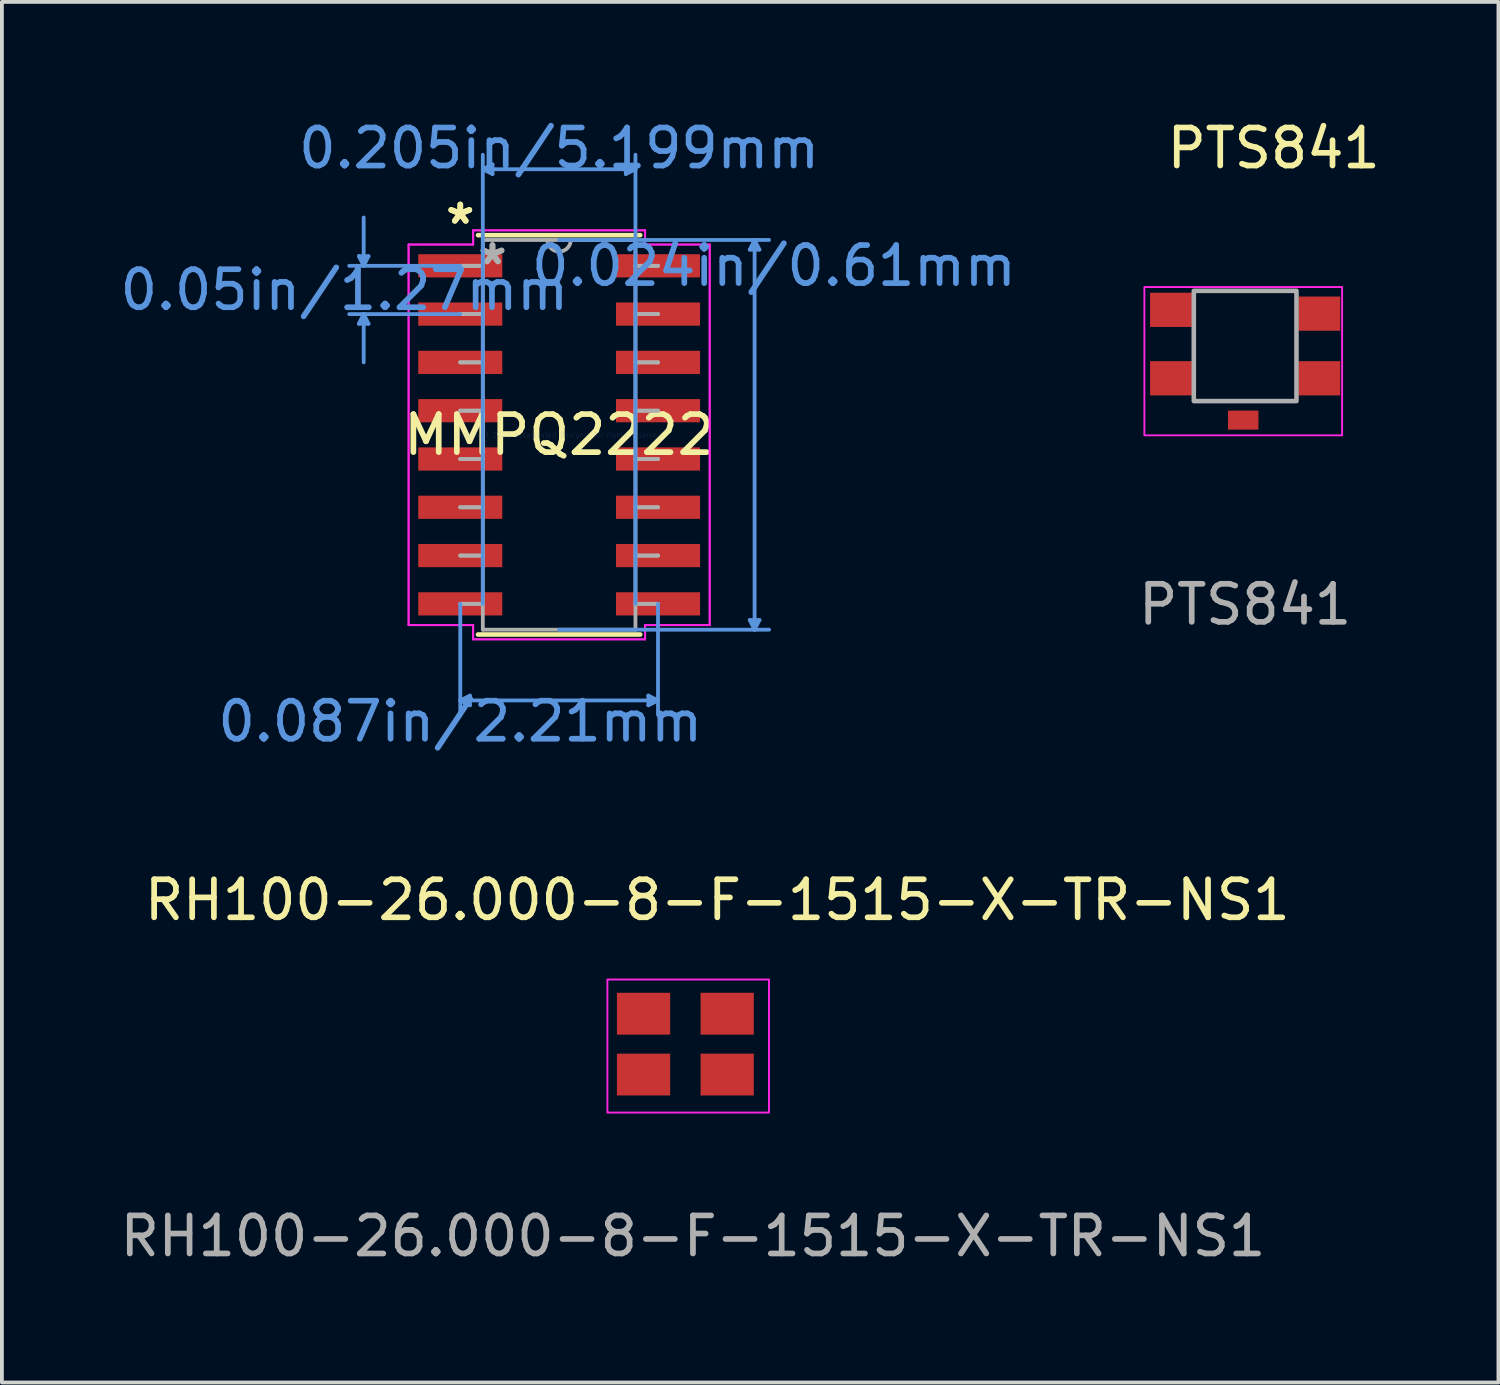
<source format=kicad_pcb>
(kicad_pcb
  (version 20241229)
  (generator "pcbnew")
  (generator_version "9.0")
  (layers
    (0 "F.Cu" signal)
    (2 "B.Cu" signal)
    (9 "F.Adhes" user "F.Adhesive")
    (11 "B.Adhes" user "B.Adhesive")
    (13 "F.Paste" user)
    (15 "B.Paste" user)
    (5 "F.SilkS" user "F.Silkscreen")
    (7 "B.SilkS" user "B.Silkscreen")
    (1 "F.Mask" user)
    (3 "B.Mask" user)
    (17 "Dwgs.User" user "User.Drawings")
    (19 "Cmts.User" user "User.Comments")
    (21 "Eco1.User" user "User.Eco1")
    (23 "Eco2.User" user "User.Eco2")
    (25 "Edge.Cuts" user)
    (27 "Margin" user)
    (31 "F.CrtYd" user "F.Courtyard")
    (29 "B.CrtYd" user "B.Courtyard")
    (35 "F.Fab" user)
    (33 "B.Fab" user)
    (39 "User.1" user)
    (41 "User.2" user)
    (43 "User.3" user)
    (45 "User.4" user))
  (footprint "PTS841"
    (layer "F.Cu")
    (at 27.944 4.598)
    (property "Reference" "PTS841" (at 2.5 -3.75 0) (unlocked yes) (layer "F.SilkS") (effects (font (size 1 1) (thickness 0.15))))
    (attr smd)
    (fp_rect (start -0.9 -0.1) (end 4.3 3.8) (stroke (width 0.05) (type solid)) (fill no) (layer "F.CrtYd"))
    (fp_rect (start 0.4 0) (end 3.1 2.9) (stroke (width 0.12) (type solid)) (fill no) (layer "F.Fab"))
    (fp_text user "${REFERENCE}" (at 1.75 8.25 0) (unlocked yes) (layer "F.Fab") (effects (font (size 1 1) (thickness 0.15))))
    (pad "1" smd rect (at -0.2 0.5) (size 1.1 0.9) (layers "F.Cu" "F.Mask" "F.Paste"))
    (pad "2" smd rect (at 3.7 0.6) (size 1.1 0.9) (layers "F.Cu" "F.Mask" "F.Paste"))
    (pad "3" smd rect (at -0.2 2.3) (size 1.1 0.9) (layers "F.Cu" "F.Mask" "F.Paste"))
    (pad "4" smd rect (at 3.7 2.3) (size 1.1 0.9) (layers "F.Cu" "F.Mask" "F.Paste"))
    (pad "5" smd rect (at 1.7 3.4) (size 0.8 0.5) (layers "F.Cu" "F.Mask" "F.Paste")))
  (footprint "RH100-26.000-8-F-1515-X-TR-NS1"
    (layer "F.Cu")
    (at 15.673 24.958)
    (property "Reference" "RH100-26.000-8-F-1515-X-TR-NS1" (at 0.14 -4.34 0) (unlocked yes) (layer "F.SilkS") (effects (font (size 1 1) (thickness 0.15))))
    (attr smd)
    (fp_rect (start -2.75 -2.25) (end 1.5 1.25) (stroke (width 0.05) (type solid)) (fill no) (layer "F.CrtYd"))
    (fp_text user "${REFERENCE}" (at -0.5 4.5 0) (unlocked yes) (layer "F.Fab") (effects (font (size 1 1) (thickness 0.15))))
    (pad "1" smd rect (at -1.8 -1.35 180) (size 1.4 1.1) (layers "F.Cu" "F.Mask" "F.Paste"))
    (pad "2" smd rect (at 0.4 -1.35 180) (size 1.4 1.1) (layers "F.Cu" "F.Mask" "F.Paste"))
    (pad "3" smd rect (at -1.8 0.25 180) (size 1.4 1.1) (layers "F.Cu" "F.Mask" "F.Paste"))
    (pad "4" smd rect (at 0.4 0.25 180) (size 1.4 1.1) (layers "F.Cu" "F.Mask" "F.Paste")))
  (footprint "MMPQ2222"
    (layer "F.Cu")
    (at 11.654 8.385)
    (property "Reference" "MMPQ2222" (at 0 -0.000001 0) (layer "F.SilkS") (effects (font (size 1 1) (thickness 0.15))))
    (attr through_hole)
    (fp_line (start -2.134 5.251) (end 2.134 5.251) (stroke (width 0.12) (type solid)) (layer "F.SilkS"))
    (fp_line (start 2.134 -5.251) (end -2.134 -5.251) (stroke (width 0.12) (type solid)) (layer "F.SilkS"))
    (fp_line (start -5.267 -4.699) (end -5.013 -4.699) (stroke (width 0.1) (type solid)) (layer "Cmts.User"))
    (fp_line (start -5.267 -2.921) (end -5.013 -2.921) (stroke (width 0.1) (type solid)) (layer "Cmts.User"))
    (fp_line (start -5.14 -4.445) (end -5.267 -4.699) (stroke (width 0.1) (type solid)) (layer "Cmts.User"))
    (fp_line (start -5.14 -4.445) (end -5.14 -5.715) (stroke (width 0.1) (type solid)) (layer "Cmts.User"))
    (fp_line (start -5.14 -4.445) (end -5.013 -4.699) (stroke (width 0.1) (type solid)) (layer "Cmts.User"))
    (fp_line (start -5.14 -3.175) (end -5.267 -2.921) (stroke (width 0.1) (type solid)) (layer "Cmts.User"))
    (fp_line (start -5.14 -3.175) (end -5.14 -1.905) (stroke (width 0.1) (type solid)) (layer "Cmts.User"))
    (fp_line (start -5.14 -3.175) (end -5.013 -2.921) (stroke (width 0.1) (type solid)) (layer "Cmts.User"))
    (fp_line (start -2.6 -4.445) (end -5.521 -4.445) (stroke (width 0.1) (type solid)) (layer "Cmts.User"))
    (fp_line (start -2.6 -3.175) (end -5.521 -3.175) (stroke (width 0.1) (type solid)) (layer "Cmts.User"))
    (fp_line (start -2.6 4.445) (end -2.6 7.366) (stroke (width 0.1) (type solid)) (layer "Cmts.User"))
    (fp_line (start -2.6 6.985) (end -2.346 6.858) (stroke (width 0.1) (type solid)) (layer "Cmts.User"))
    (fp_line (start -2.6 6.985) (end -2.346 7.112) (stroke (width 0.1) (type solid)) (layer "Cmts.User"))
    (fp_line (start -2.6 6.985) (end 2.6 6.985) (stroke (width 0.1) (type solid)) (layer "Cmts.User"))
    (fp_line (start -2.346 6.858) (end -2.346 7.112) (stroke (width 0.1) (type solid)) (layer "Cmts.User"))
    (fp_line (start -2.007 -6.985) (end -1.753 -7.112) (stroke (width 0.1) (type solid)) (layer "Cmts.User"))
    (fp_line (start -2.007 -6.985) (end -1.753 -6.858) (stroke (width 0.1) (type solid)) (layer "Cmts.User"))
    (fp_line (start -2.007 -6.985) (end 2.007 -6.985) (stroke (width 0.1) (type solid)) (layer "Cmts.User"))
    (fp_line (start -2.007 4.445) (end -2.007 -7.366) (stroke (width 0.1) (type solid)) (layer "Cmts.User"))
    (fp_line (start -1.753 -7.112) (end -1.753 -6.858) (stroke (width 0.1) (type solid)) (layer "Cmts.User"))
    (fp_line (start 0 -5.124) (end 5.521 -5.124) (stroke (width 0.1) (type solid)) (layer "Cmts.User"))
    (fp_line (start 0 5.124) (end 5.521 5.124) (stroke (width 0.1) (type solid)) (layer "Cmts.User"))
    (fp_line (start 1.753 -7.112) (end 1.753 -6.858) (stroke (width 0.1) (type solid)) (layer "Cmts.User"))
    (fp_line (start 2.007 -6.985) (end 1.753 -7.112) (stroke (width 0.1) (type solid)) (layer "Cmts.User"))
    (fp_line (start 2.007 -6.985) (end 1.753 -6.858) (stroke (width 0.1) (type solid)) (layer "Cmts.User"))
    (fp_line (start 2.007 4.445) (end 2.007 -7.366) (stroke (width 0.1) (type solid)) (layer "Cmts.User"))
    (fp_line (start 2.346 6.858) (end 2.346 7.112) (stroke (width 0.1) (type solid)) (layer "Cmts.User"))
    (fp_line (start 2.6 4.445) (end 2.6 7.366) (stroke (width 0.1) (type solid)) (layer "Cmts.User"))
    (fp_line (start 2.6 6.985) (end 2.346 6.858) (stroke (width 0.1) (type solid)) (layer "Cmts.User"))
    (fp_line (start 2.6 6.985) (end 2.346 7.112) (stroke (width 0.1) (type solid)) (layer "Cmts.User"))
    (fp_line (start 5.013 -4.87) (end 5.267 -4.87) (stroke (width 0.1) (type solid)) (layer "Cmts.User"))
    (fp_line (start 5.013 4.87) (end 5.267 4.87) (stroke (width 0.1) (type solid)) (layer "Cmts.User"))
    (fp_line (start 5.14 -5.124) (end 5.013 -4.87) (stroke (width 0.1) (type solid)) (layer "Cmts.User"))
    (fp_line (start 5.14 -5.124) (end 5.14 5.124) (stroke (width 0.1) (type solid)) (layer "Cmts.User"))
    (fp_line (start 5.14 -5.124) (end 5.267 -4.87) (stroke (width 0.1) (type solid)) (layer "Cmts.User"))
    (fp_line (start 5.14 5.124) (end 5.013 4.87) (stroke (width 0.1) (type solid)) (layer "Cmts.User"))
    (fp_line (start 5.14 5.124) (end 5.267 4.87) (stroke (width 0.1) (type solid)) (layer "Cmts.User"))
    (fp_line (start -3.959 -5.004) (end -3.959 5.004) (stroke (width 0.05) (type solid)) (layer "F.CrtYd"))
    (fp_line (start -3.959 -5.004) (end -2.261 -5.004) (stroke (width 0.05) (type solid)) (layer "F.CrtYd"))
    (fp_line (start -3.959 5.004) (end -3.959 -5.004) (stroke (width 0.05) (type solid)) (layer "F.CrtYd"))
    (fp_line (start -3.959 5.004) (end -2.261 5.004) (stroke (width 0.05) (type solid)) (layer "F.CrtYd"))
    (fp_line (start -2.261 -5.378) (end -2.261 -5.004) (stroke (width 0.05) (type solid)) (layer "F.CrtYd"))
    (fp_line (start -2.261 -5.378) (end 2.261 -5.378) (stroke (width 0.05) (type solid)) (layer "F.CrtYd"))
    (fp_line (start -2.261 -5.004) (end -3.959 -5.004) (stroke (width 0.05) (type solid)) (layer "F.CrtYd"))
    (fp_line (start -2.261 -5.004) (end -2.261 -5.378) (stroke (width 0.05) (type solid)) (layer "F.CrtYd"))
    (fp_line (start -2.261 5.004) (end -3.959 5.004) (stroke (width 0.05) (type solid)) (layer "F.CrtYd"))
    (fp_line (start -2.261 5.004) (end -2.261 5.378) (stroke (width 0.05) (type solid)) (layer "F.CrtYd"))
    (fp_line (start -2.261 5.378) (end -2.261 5.004) (stroke (width 0.05) (type solid)) (layer "F.CrtYd"))
    (fp_line (start -2.261 5.378) (end 2.261 5.378) (stroke (width 0.05) (type solid)) (layer "F.CrtYd"))
    (fp_line (start 2.261 -5.378) (end -2.261 -5.378) (stroke (width 0.05) (type solid)) (layer "F.CrtYd"))
    (fp_line (start 2.261 -5.378) (end 2.261 -5.004) (stroke (width 0.05) (type solid)) (layer "F.CrtYd"))
    (fp_line (start 2.261 -5.004) (end 2.261 -5.378) (stroke (width 0.05) (type solid)) (layer "F.CrtYd"))
    (fp_line (start 2.261 5.004) (end 2.261 5.378) (stroke (width 0.05) (type solid)) (layer "F.CrtYd"))
    (fp_line (start 2.261 5.004) (end 3.959 5.004) (stroke (width 0.05) (type solid)) (layer "F.CrtYd"))
    (fp_line (start 2.261 5.378) (end -2.261 5.378) (stroke (width 0.05) (type solid)) (layer "F.CrtYd"))
    (fp_line (start 2.261 5.378) (end 2.261 5.004) (stroke (width 0.05) (type solid)) (layer "F.CrtYd"))
    (fp_line (start 3.959 -5.004) (end 2.261 -5.004) (stroke (width 0.05) (type solid)) (layer "F.CrtYd"))
    (fp_line (start 3.959 -5.004) (end 2.261 -5.004) (stroke (width 0.05) (type solid)) (layer "F.CrtYd"))
    (fp_line (start 3.959 -5.004) (end 3.959 5.004) (stroke (width 0.05) (type solid)) (layer "F.CrtYd"))
    (fp_line (start 3.959 5.004) (end 2.261 5.004) (stroke (width 0.05) (type solid)) (layer "F.CrtYd"))
    (fp_line (start 3.959 5.004) (end 3.959 -5.004) (stroke (width 0.05) (type solid)) (layer "F.CrtYd"))
    (fp_line (start -2.6 -4.445) (end -2.6 -4.445) (stroke (width 0.1) (type solid)) (layer "F.Fab"))
    (fp_line (start -2.6 -4.445) (end -2.007 -4.445) (stroke (width 0.1) (type solid)) (layer "F.Fab"))
    (fp_line (start -2.6 -3.175) (end -2.6 -3.175) (stroke (width 0.1) (type solid)) (layer "F.Fab"))
    (fp_line (start -2.6 -3.175) (end -2.007 -3.175) (stroke (width 0.1) (type solid)) (layer "F.Fab"))
    (fp_line (start -2.6 -1.905) (end -2.6 -1.905) (stroke (width 0.1) (type solid)) (layer "F.Fab"))
    (fp_line (start -2.6 -1.905) (end -2.007 -1.905) (stroke (width 0.1) (type solid)) (layer "F.Fab"))
    (fp_line (start -2.6 -0.635) (end -2.6 -0.635) (stroke (width 0.1) (type solid)) (layer "F.Fab"))
    (fp_line (start -2.6 -0.635) (end -2.007 -0.635) (stroke (width 0.1) (type solid)) (layer "F.Fab"))
    (fp_line (start -2.6 0.635) (end -2.6 0.635) (stroke (width 0.1) (type solid)) (layer "F.Fab"))
    (fp_line (start -2.6 0.635) (end -2.007 0.635) (stroke (width 0.1) (type solid)) (layer "F.Fab"))
    (fp_line (start -2.6 1.905) (end -2.6 1.905) (stroke (width 0.1) (type solid)) (layer "F.Fab"))
    (fp_line (start -2.6 1.905) (end -2.007 1.905) (stroke (width 0.1) (type solid)) (layer "F.Fab"))
    (fp_line (start -2.6 3.175) (end -2.6 3.175) (stroke (width 0.1) (type solid)) (layer "F.Fab"))
    (fp_line (start -2.6 3.175) (end -2.007 3.175) (stroke (width 0.1) (type solid)) (layer "F.Fab"))
    (fp_line (start -2.6 4.445) (end -2.6 4.445) (stroke (width 0.1) (type solid)) (layer "F.Fab"))
    (fp_line (start -2.6 4.445) (end -2.007 4.445) (stroke (width 0.1) (type solid)) (layer "F.Fab"))
    (fp_line (start -2.007 -5.124) (end -2.007 5.124) (stroke (width 0.1) (type solid)) (layer "F.Fab"))
    (fp_line (start -2.007 -4.445) (end -2.6 -4.445) (stroke (width 0.1) (type solid)) (layer "F.Fab"))
    (fp_line (start -2.007 -4.445) (end -2.007 -4.445) (stroke (width 0.1) (type solid)) (layer "F.Fab"))
    (fp_line (start -2.007 -3.175) (end -2.6 -3.175) (stroke (width 0.1) (type solid)) (layer "F.Fab"))
    (fp_line (start -2.007 -3.175) (end -2.007 -3.175) (stroke (width 0.1) (type solid)) (layer "F.Fab"))
    (fp_line (start -2.007 -1.905) (end -2.6 -1.905) (stroke (width 0.1) (type solid)) (layer "F.Fab"))
    (fp_line (start -2.007 -1.905) (end -2.007 -1.905) (stroke (width 0.1) (type solid)) (layer "F.Fab"))
    (fp_line (start -2.007 -0.635) (end -2.6 -0.635) (stroke (width 0.1) (type solid)) (layer "F.Fab"))
    (fp_line (start -2.007 -0.635) (end -2.007 -0.635) (stroke (width 0.1) (type solid)) (layer "F.Fab"))
    (fp_line (start -2.007 0.635) (end -2.6 0.635) (stroke (width 0.1) (type solid)) (layer "F.Fab"))
    (fp_line (start -2.007 0.635) (end -2.007 0.635) (stroke (width 0.1) (type solid)) (layer "F.Fab"))
    (fp_line (start -2.007 1.905) (end -2.6 1.905) (stroke (width 0.1) (type solid)) (layer "F.Fab"))
    (fp_line (start -2.007 1.905) (end -2.007 1.905) (stroke (width 0.1) (type solid)) (layer "F.Fab"))
    (fp_line (start -2.007 3.175) (end -2.6 3.175) (stroke (width 0.1) (type solid)) (layer "F.Fab"))
    (fp_line (start -2.007 3.175) (end -2.007 3.175) (stroke (width 0.1) (type solid)) (layer "F.Fab"))
    (fp_line (start -2.007 4.445) (end -2.6 4.445) (stroke (width 0.1) (type solid)) (layer "F.Fab"))
    (fp_line (start -2.007 4.445) (end -2.007 4.445) (stroke (width 0.1) (type solid)) (layer "F.Fab"))
    (fp_line (start -2.007 5.124) (end 2.007 5.124) (stroke (width 0.1) (type solid)) (layer "F.Fab"))
    (fp_line (start 2.007 -5.124) (end -2.007 -5.124) (stroke (width 0.1) (type solid)) (layer "F.Fab"))
    (fp_line (start 2.007 -4.445) (end 2.007 -4.445) (stroke (width 0.1) (type solid)) (layer "F.Fab"))
    (fp_line (start 2.007 -4.445) (end 2.6 -4.445) (stroke (width 0.1) (type solid)) (layer "F.Fab"))
    (fp_line (start 2.007 -3.175) (end 2.007 -3.175) (stroke (width 0.1) (type solid)) (layer "F.Fab"))
    (fp_line (start 2.007 -3.175) (end 2.6 -3.175) (stroke (width 0.1) (type solid)) (layer "F.Fab"))
    (fp_line (start 2.007 -1.905) (end 2.007 -1.905) (stroke (width 0.1) (type solid)) (layer "F.Fab"))
    (fp_line (start 2.007 -1.905) (end 2.6 -1.905) (stroke (width 0.1) (type solid)) (layer "F.Fab"))
    (fp_line (start 2.007 -0.635) (end 2.007 -0.635) (stroke (width 0.1) (type solid)) (layer "F.Fab"))
    (fp_line (start 2.007 -0.635) (end 2.6 -0.635) (stroke (width 0.1) (type solid)) (layer "F.Fab"))
    (fp_line (start 2.007 0.635) (end 2.007 0.635) (stroke (width 0.1) (type solid)) (layer "F.Fab"))
    (fp_line (start 2.007 0.635) (end 2.6 0.635) (stroke (width 0.1) (type solid)) (layer "F.Fab"))
    (fp_line (start 2.007 1.905) (end 2.007 1.905) (stroke (width 0.1) (type solid)) (layer "F.Fab"))
    (fp_line (start 2.007 1.905) (end 2.6 1.905) (stroke (width 0.1) (type solid)) (layer "F.Fab"))
    (fp_line (start 2.007 3.175) (end 2.007 3.175) (stroke (width 0.1) (type solid)) (layer "F.Fab"))
    (fp_line (start 2.007 3.175) (end 2.6 3.175) (stroke (width 0.1) (type solid)) (layer "F.Fab"))
    (fp_line (start 2.007 4.445) (end 2.007 4.445) (stroke (width 0.1) (type solid)) (layer "F.Fab"))
    (fp_line (start 2.007 4.445) (end 2.6 4.445) (stroke (width 0.1) (type solid)) (layer "F.Fab"))
    (fp_line (start 2.007 5.124) (end 2.007 -5.124) (stroke (width 0.1) (type solid)) (layer "F.Fab"))
    (fp_line (start 2.6 -4.445) (end 2.007 -4.445) (stroke (width 0.1) (type solid)) (layer "F.Fab"))
    (fp_line (start 2.6 -4.445) (end 2.6 -4.445) (stroke (width 0.1) (type solid)) (layer "F.Fab"))
    (fp_line (start 2.6 -3.175) (end 2.007 -3.175) (stroke (width 0.1) (type solid)) (layer "F.Fab"))
    (fp_line (start 2.6 -3.175) (end 2.6 -3.175) (stroke (width 0.1) (type solid)) (layer "F.Fab"))
    (fp_line (start 2.6 -1.905) (end 2.007 -1.905) (stroke (width 0.1) (type solid)) (layer "F.Fab"))
    (fp_line (start 2.6 -1.905) (end 2.6 -1.905) (stroke (width 0.1) (type solid)) (layer "F.Fab"))
    (fp_line (start 2.6 -0.635) (end 2.007 -0.635) (stroke (width 0.1) (type solid)) (layer "F.Fab"))
    (fp_line (start 2.6 -0.635) (end 2.6 -0.635) (stroke (width 0.1) (type solid)) (layer "F.Fab"))
    (fp_line (start 2.6 0.635) (end 2.007 0.635) (stroke (width 0.1) (type solid)) (layer "F.Fab"))
    (fp_line (start 2.6 0.635) (end 2.6 0.635) (stroke (width 0.1) (type solid)) (layer "F.Fab"))
    (fp_line (start 2.6 1.905) (end 2.007 1.905) (stroke (width 0.1) (type solid)) (layer "F.Fab"))
    (fp_line (start 2.6 1.905) (end 2.6 1.905) (stroke (width 0.1) (type solid)) (layer "F.Fab"))
    (fp_line (start 2.6 3.175) (end 2.007 3.175) (stroke (width 0.1) (type solid)) (layer "F.Fab"))
    (fp_line (start 2.6 3.175) (end 2.6 3.175) (stroke (width 0.1) (type solid)) (layer "F.Fab"))
    (fp_line (start 2.6 4.445) (end 2.007 4.445) (stroke (width 0.1) (type solid)) (layer "F.Fab"))
    (fp_line (start 2.6 4.445) (end 2.6 4.445) (stroke (width 0.1) (type solid)) (layer "F.Fab"))
    (fp_arc (start 0.3048 -5.123718) (mid 0.000001 -4.818917) (end -0.3048 -5.123716) (stroke (width 0.1) (type solid)) (layer "F.Fab"))
    (fp_text user "*" (at -2.6 -5.512 0) (layer "F.SilkS") (effects (font (size 1 1) (thickness 0.15))))
    (fp_text user "*" (at -2.6 -5.512 0) (layer "F.SilkS") (effects (font (size 1 1) (thickness 0.15))))
    (fp_text user "0.205in/5.199mm" (at 0 -7.537 0) (layer "Cmts.User") (effects (font (size 1 1) (thickness 0.15))))
    (fp_text user "0.087in/2.21mm" (at -2.6 7.537 0) (layer "Cmts.User") (effects (font (size 1 1) (thickness 0.15))))
    (fp_text user "Copyright 2021 Accelerated Designs. All rights reserved." (at 0 0 0) (layer "Cmts.User") (effects (font (size 0.127 0.127) (thickness 0.002))))
    (fp_text user "0.05in/1.27mm" (at -5.648 -3.81 0) (layer "Cmts.User") (effects (font (size 1 1) (thickness 0.15))))
    (fp_text user "0.024in/0.61mm" (at 5.648 -4.445 0) (layer "Cmts.User") (effects (font (size 1 1) (thickness 0.15))))
    (fp_text user "*" (at -1.753 -4.445 0) (layer "F.Fab") (effects (font (size 1 1) (thickness 0.15))))
    (fp_text user "*" (at -1.753 -4.445 0) (layer "F.Fab") (effects (font (size 1 1) (thickness 0.15))))
    (pad "1" smd rect (at -2.6 -4.445) (size 2.21 0.61) (layers "F.Cu" "F.Mask" "F.Paste"))
    (pad "2" smd rect (at -2.6 -3.175) (size 2.21 0.61) (layers "F.Cu" "F.Mask" "F.Paste"))
    (pad "3" smd rect (at -2.6 -1.905) (size 2.21 0.61) (layers "F.Cu" "F.Mask" "F.Paste"))
    (pad "4" smd rect (at -2.6 -0.635) (size 2.21 0.61) (layers "F.Cu" "F.Mask" "F.Paste"))
    (pad "5" smd rect (at -2.6 0.635) (size 2.21 0.61) (layers "F.Cu" "F.Mask" "F.Paste"))
    (pad "6" smd rect (at -2.6 1.905) (size 2.21 0.61) (layers "F.Cu" "F.Mask" "F.Paste"))
    (pad "7" smd rect (at -2.6 3.175) (size 2.21 0.61) (layers "F.Cu" "F.Mask" "F.Paste"))
    (pad "8" smd rect (at -2.6 4.445) (size 2.21 0.61) (layers "F.Cu" "F.Mask" "F.Paste"))
    (pad "9" smd rect (at 2.6 4.445) (size 2.21 0.61) (layers "F.Cu" "F.Mask" "F.Paste"))
    (pad "10" smd rect (at 2.6 3.175) (size 2.21 0.61) (layers "F.Cu" "F.Mask" "F.Paste"))
    (pad "11" smd rect (at 2.6 1.905) (size 2.21 0.61) (layers "F.Cu" "F.Mask" "F.Paste"))
    (pad "12" smd rect (at 2.6 0.635) (size 2.21 0.61) (layers "F.Cu" "F.Mask" "F.Paste"))
    (pad "13" smd rect (at 2.6 -0.635) (size 2.21 0.61) (layers "F.Cu" "F.Mask" "F.Paste"))
    (pad "14" smd rect (at 2.6 -1.905) (size 2.21 0.61) (layers "F.Cu" "F.Mask" "F.Paste"))
    (pad "15" smd rect (at 2.6 -3.175) (size 2.21 0.61) (layers "F.Cu" "F.Mask" "F.Paste"))
    (pad "16" smd rect (at 2.6 -4.445) (size 2.21 0.61) (layers "F.Cu" "F.Mask" "F.Paste")))
  (gr_rect
    (start -3 -3)
    (end 36.355 33.306)
    (stroke (width 0.1) (type default))
    (fill no)
    (layer "Edge.Cuts")))
</source>
